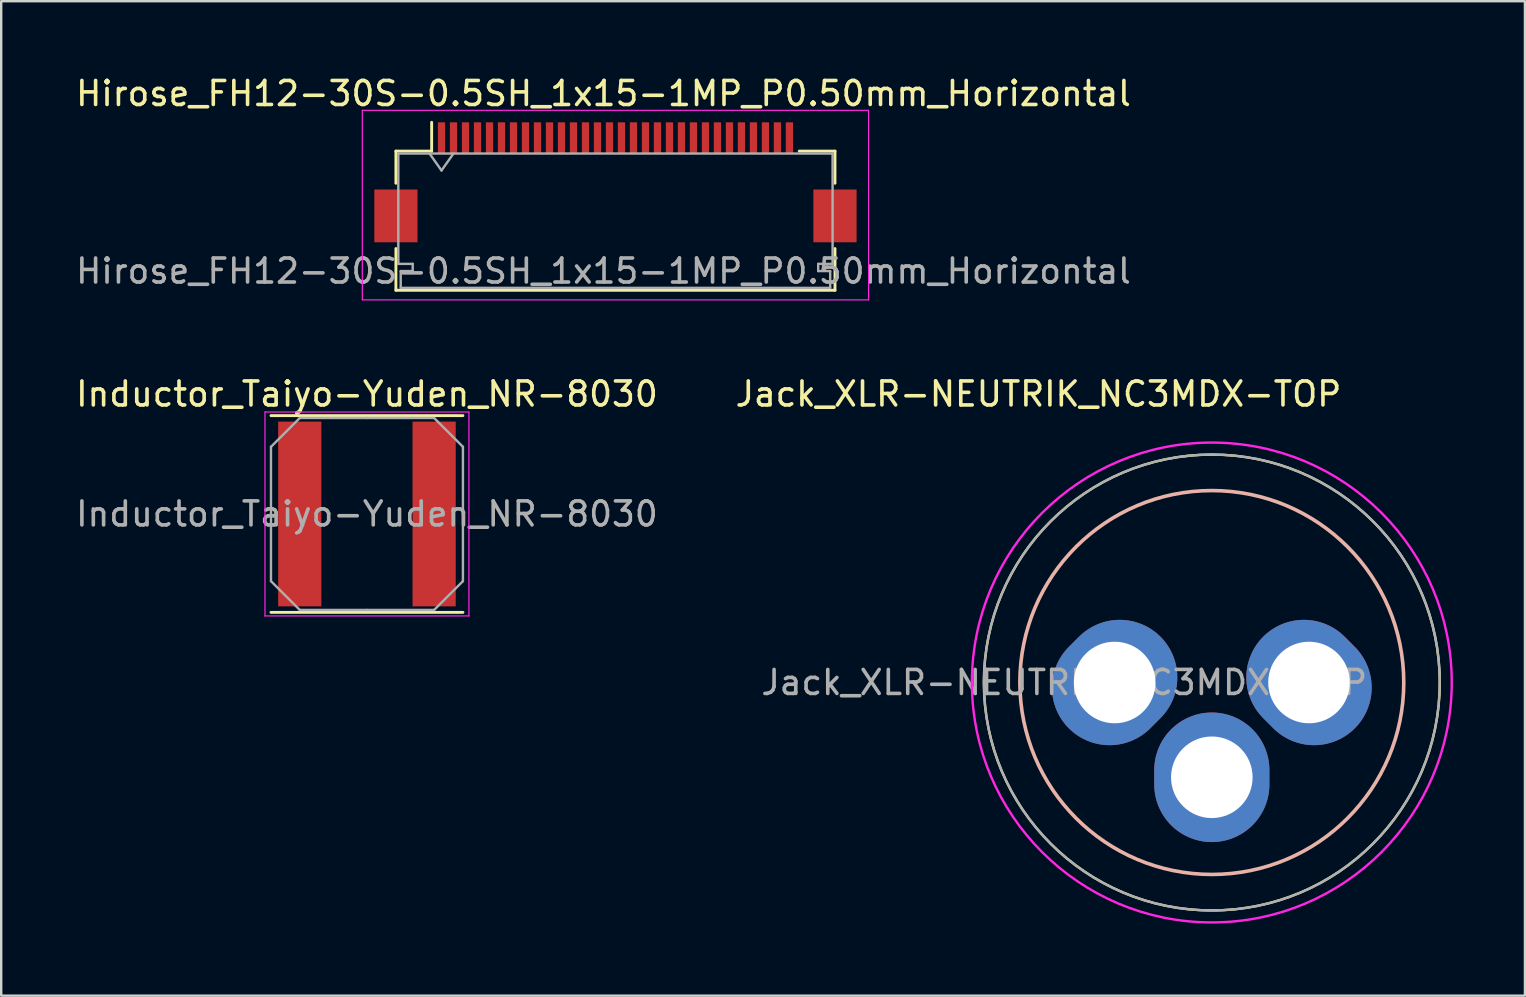
<source format=kicad_pcb>
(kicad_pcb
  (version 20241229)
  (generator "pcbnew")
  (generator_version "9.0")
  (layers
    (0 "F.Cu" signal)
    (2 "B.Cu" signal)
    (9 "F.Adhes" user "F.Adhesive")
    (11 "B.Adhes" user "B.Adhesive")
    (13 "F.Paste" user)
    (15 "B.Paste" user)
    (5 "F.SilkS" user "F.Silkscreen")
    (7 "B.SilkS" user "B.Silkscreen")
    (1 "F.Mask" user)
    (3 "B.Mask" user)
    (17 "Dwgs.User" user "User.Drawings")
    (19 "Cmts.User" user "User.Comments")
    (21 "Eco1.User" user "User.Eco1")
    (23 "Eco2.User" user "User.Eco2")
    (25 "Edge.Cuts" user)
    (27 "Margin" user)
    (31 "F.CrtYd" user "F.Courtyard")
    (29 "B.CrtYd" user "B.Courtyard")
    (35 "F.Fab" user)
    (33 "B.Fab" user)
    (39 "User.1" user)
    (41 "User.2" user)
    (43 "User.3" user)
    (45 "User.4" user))
  (footprint "Jack_XLR-NEUTRIK_NC3MDX-TOP"
    (layer "F.Cu")
    (at 47.457 25.396)
    (property "Reference" "Jack_XLR-NEUTRIK_NC3MDX-TOP" (at -7.225 -12.025 0) (layer "F.SilkS") (effects (font (size 1 1) (thickness 0.15))))
    (attr through_hole)
    (fp_circle (center 0 0) (end 9.5 0) (stroke (width 0.1) (type solid)) (fill no) (layer "F.SilkS"))
    (fp_circle (center 0 0) (end 8 0) (stroke (width 0.15) (type solid)) (fill no) (layer "B.SilkS"))
    (fp_circle (center 0 0) (end 10 0) (stroke (width 0.1) (type solid)) (fill no) (layer "F.CrtYd"))
    (fp_circle (center 0 0) (end 9.5 0) (stroke (width 0.1) (type solid)) (fill no) (layer "F.Fab"))
    (fp_text user "${REFERENCE}" (at -6.15 0 0) (layer "F.Fab") (effects (font (size 1 1) (thickness 0.15))))
    (pad "1" thru_hole oval (at -4.05 0 45) (size 5.4 4.8) (drill 3.4) (layers "*.Cu" "*.Mask"))
    (pad "2" thru_hole oval (at 4.05 0 315) (size 5.4 4.8) (drill 3.4) (layers "*.Cu" "*.Mask"))
    (pad "3" thru_hole oval (at 0 3.95) (size 4.8 5.4) (drill 3.4) (layers "*.Cu" "*.Mask")))
  (footprint "Hirose_FH12-30S-0.5SH_1x15-1MP_P0.50mm_Horizontal"
    (layer "F.Cu")
    (at 22.601 4.548)
    (property "Reference" "Hirose_FH12-30S-0.5SH_1x15-1MP_P0.50mm_Horizontal" (at -0.5 -3.7 0) (layer "F.SilkS") (effects (font (size 1 1) (thickness 0.15))))
    (attr smd)
    (fp_line (start -9.15 -1.3) (end -9.15 0.04) (stroke (width 0.12) (type solid)) (layer "F.SilkS"))
    (fp_line (start -9.15 2.76) (end -9.15 4.5) (stroke (width 0.12) (type solid)) (layer "F.SilkS"))
    (fp_line (start -9.15 4.5) (end 9.15 4.5) (stroke (width 0.12) (type solid)) (layer "F.SilkS"))
    (fp_line (start -7.66 -1.3) (end -9.15 -1.3) (stroke (width 0.12) (type solid)) (layer "F.SilkS"))
    (fp_line (start -7.66 -1.3) (end -7.66 -2.5) (stroke (width 0.12) (type solid)) (layer "F.SilkS"))
    (fp_line (start 7.66 -1.3) (end 9.15 -1.3) (stroke (width 0.12) (type solid)) (layer "F.SilkS"))
    (fp_line (start 9.15 -1.3) (end 9.15 0.04) (stroke (width 0.12) (type solid)) (layer "F.SilkS"))
    (fp_line (start 9.15 4.5) (end 9.15 2.76) (stroke (width 0.12) (type solid)) (layer "F.SilkS"))
    (fp_line (start -7.75 -0.1) (end -7.75 4.9) (stroke (width 0.15) (type solid)) (layer "Eco1.User"))
    (fp_line (start -7.75 -0.1) (end 7.75 -0.1) (stroke (width 0.15) (type solid)) (layer "Eco1.User"))
    (fp_line (start 7.75 -0.1) (end 7.75 4.9) (stroke (width 0.15) (type solid)) (layer "Eco1.User"))
    (fp_line (start -10.55 -3) (end -10.55 4.9) (stroke (width 0.05) (type solid)) (layer "F.CrtYd"))
    (fp_line (start -10.55 4.9) (end 10.55 4.9) (stroke (width 0.05) (type solid)) (layer "F.CrtYd"))
    (fp_line (start 10.55 -3) (end -10.55 -3) (stroke (width 0.05) (type solid)) (layer "F.CrtYd"))
    (fp_line (start 10.55 4.9) (end 10.55 -3) (stroke (width 0.05) (type solid)) (layer "F.CrtYd"))
    (fp_line (start -9.05 -1.2) (end -9.05 3.4) (stroke (width 0.1) (type solid)) (layer "F.Fab"))
    (fp_line (start -9.05 -1.2) (end 9.05 -1.2) (stroke (width 0.1) (type solid)) (layer "F.Fab"))
    (fp_line (start -9.05 3.4) (end -8.45 3.4) (stroke (width 0.1) (type solid)) (layer "F.Fab"))
    (fp_line (start -8.95 3.7) (end -8.95 4.4) (stroke (width 0.1) (type solid)) (layer "F.Fab"))
    (fp_line (start -8.45 3.4) (end -8.45 3.7) (stroke (width 0.1) (type solid)) (layer "F.Fab"))
    (fp_line (start -8.45 3.7) (end -8.95 3.7) (stroke (width 0.1) (type solid)) (layer "F.Fab"))
    (fp_line (start -7.75 -1.2) (end -7.25 -0.493) (stroke (width 0.1) (type solid)) (layer "F.Fab"))
    (fp_line (start -7.25 -0.493) (end -6.75 -1.2) (stroke (width 0.1) (type solid)) (layer "F.Fab"))
    (fp_line (start 8.45 3.4) (end 8.45 3.7) (stroke (width 0.1) (type solid)) (layer "F.Fab"))
    (fp_line (start 8.45 3.7) (end 8.95 3.7) (stroke (width 0.1) (type solid)) (layer "F.Fab"))
    (fp_line (start 8.95 3.7) (end 8.95 4.4) (stroke (width 0.1) (type solid)) (layer "F.Fab"))
    (fp_line (start 8.95 4.4) (end -8.95 4.4) (stroke (width 0.1) (type solid)) (layer "F.Fab"))
    (fp_line (start 9.05 -1.2) (end 9.05 3.4) (stroke (width 0.1) (type solid)) (layer "F.Fab"))
    (fp_line (start 9.05 3.4) (end 8.45 3.4) (stroke (width 0.1) (type solid)) (layer "F.Fab"))
    (fp_text user "${REFERENCE}" (at -0.5 3.7 0) (layer "F.Fab") (effects (font (size 1 1) (thickness 0.15))))
    (pad "1" smd rect (at -7.25 -1.85) (size 0.3 1.3) (layers "F.Cu" "F.Mask" "F.Paste"))
    (pad "2" smd rect (at -6.75 -1.85) (size 0.3 1.3) (layers "F.Cu" "F.Mask" "F.Paste"))
    (pad "3" smd rect (at -6.25 -1.85) (size 0.3 1.3) (layers "F.Cu" "F.Mask" "F.Paste"))
    (pad "4" smd rect (at -5.75 -1.85) (size 0.3 1.3) (layers "F.Cu" "F.Mask" "F.Paste"))
    (pad "5" smd rect (at -5.25 -1.85) (size 0.3 1.3) (layers "F.Cu" "F.Mask" "F.Paste"))
    (pad "6" smd rect (at -4.75 -1.85) (size 0.3 1.3) (layers "F.Cu" "F.Mask" "F.Paste"))
    (pad "7" smd rect (at -4.25 -1.85) (size 0.3 1.3) (layers "F.Cu" "F.Mask" "F.Paste"))
    (pad "8" smd rect (at -3.75 -1.85) (size 0.3 1.3) (layers "F.Cu" "F.Mask" "F.Paste"))
    (pad "9" smd rect (at -3.25 -1.85) (size 0.3 1.3) (layers "F.Cu" "F.Mask" "F.Paste"))
    (pad "10" smd rect (at -2.75 -1.85) (size 0.3 1.3) (layers "F.Cu" "F.Mask" "F.Paste"))
    (pad "11" smd rect (at -2.25 -1.85) (size 0.3 1.3) (layers "F.Cu" "F.Mask" "F.Paste"))
    (pad "12" smd rect (at -1.75 -1.85) (size 0.3 1.3) (layers "F.Cu" "F.Mask" "F.Paste"))
    (pad "13" smd rect (at -1.25 -1.85) (size 0.3 1.3) (layers "F.Cu" "F.Mask" "F.Paste"))
    (pad "14" smd rect (at -0.75 -1.85) (size 0.3 1.3) (layers "F.Cu" "F.Mask" "F.Paste"))
    (pad "15" smd rect (at -0.25 -1.85) (size 0.3 1.3) (layers "F.Cu" "F.Mask" "F.Paste"))
    (pad "16" smd rect (at 0.25 -1.85) (size 0.3 1.3) (layers "F.Cu" "F.Mask" "F.Paste"))
    (pad "17" smd rect (at 0.75 -1.85) (size 0.3 1.3) (layers "F.Cu" "F.Mask" "F.Paste"))
    (pad "18" smd rect (at 1.25 -1.85) (size 0.3 1.3) (layers "F.Cu" "F.Mask" "F.Paste"))
    (pad "19" smd rect (at 1.75 -1.85) (size 0.3 1.3) (layers "F.Cu" "F.Mask" "F.Paste"))
    (pad "20" smd rect (at 2.25 -1.85) (size 0.3 1.3) (layers "F.Cu" "F.Mask" "F.Paste"))
    (pad "21" smd rect (at 2.75 -1.85) (size 0.3 1.3) (layers "F.Cu" "F.Mask" "F.Paste"))
    (pad "22" smd rect (at 3.25 -1.85) (size 0.3 1.3) (layers "F.Cu" "F.Mask" "F.Paste"))
    (pad "23" smd rect (at 3.75 -1.85) (size 0.3 1.3) (layers "F.Cu" "F.Mask" "F.Paste"))
    (pad "24" smd rect (at 4.25 -1.85) (size 0.3 1.3) (layers "F.Cu" "F.Mask" "F.Paste"))
    (pad "25" smd rect (at 4.75 -1.85) (size 0.3 1.3) (layers "F.Cu" "F.Mask" "F.Paste"))
    (pad "26" smd rect (at 5.25 -1.85) (size 0.3 1.3) (layers "F.Cu" "F.Mask" "F.Paste"))
    (pad "27" smd rect (at 5.75 -1.85) (size 0.3 1.3) (layers "F.Cu" "F.Mask" "F.Paste"))
    (pad "28" smd rect (at 6.25 -1.85) (size 0.3 1.3) (layers "F.Cu" "F.Mask" "F.Paste"))
    (pad "29" smd rect (at 6.75 -1.85) (size 0.3 1.3) (layers "F.Cu" "F.Mask" "F.Paste"))
    (pad "30" smd rect (at 7.25 -1.85) (size 0.3 1.3) (layers "F.Cu" "F.Mask" "F.Paste"))
    (pad "MP" smd rect (at -9.15 1.4) (size 1.8 2.2) (layers "F.Cu" "F.Mask" "F.Paste"))
    (pad "MP" smd rect (at 9.15 1.4) (size 1.8 2.2) (layers "F.Cu" "F.Mask" "F.Paste")))
  (footprint "Inductor_Taiyo-Yuden_NR-8030"
    (layer "F.Cu")
    (at 12.244 18.372)
    (property "Reference" "Inductor_Taiyo-Yuden_NR-8030" (at 0 -5 0) (layer "F.SilkS") (effects (font (size 1 1) (thickness 0.15))))
    (attr smd)
    (fp_line (start -4 -4.1) (end 4 -4.1) (stroke (width 0.12) (type solid)) (layer "F.SilkS"))
    (fp_line (start -4 4.1) (end 4 4.1) (stroke (width 0.12) (type solid)) (layer "F.SilkS"))
    (fp_line (start -4.25 -4.25) (end -4.25 4.25) (stroke (width 0.05) (type solid)) (layer "F.CrtYd"))
    (fp_line (start -4.25 4.25) (end 4.25 4.25) (stroke (width 0.05) (type solid)) (layer "F.CrtYd"))
    (fp_line (start 4.25 -4.25) (end -4.25 -4.25) (stroke (width 0.05) (type solid)) (layer "F.CrtYd"))
    (fp_line (start 4.25 4.25) (end 4.25 -4.25) (stroke (width 0.05) (type solid)) (layer "F.CrtYd"))
    (fp_line (start -4 -2.8) (end -2.8 -4) (stroke (width 0.1) (type solid)) (layer "F.Fab"))
    (fp_line (start -4 0) (end -4 -2.8) (stroke (width 0.1) (type solid)) (layer "F.Fab"))
    (fp_line (start -4 0) (end -4 2.8) (stroke (width 0.1) (type solid)) (layer "F.Fab"))
    (fp_line (start -4 2.8) (end -2.8 4) (stroke (width 0.1) (type solid)) (layer "F.Fab"))
    (fp_line (start -2.8 -4) (end 0 -4) (stroke (width 0.1) (type solid)) (layer "F.Fab"))
    (fp_line (start -2.8 4) (end 0 4) (stroke (width 0.1) (type solid)) (layer "F.Fab"))
    (fp_line (start 2.8 -4) (end 0 -4) (stroke (width 0.1) (type solid)) (layer "F.Fab"))
    (fp_line (start 2.8 4) (end 0 4) (stroke (width 0.1) (type solid)) (layer "F.Fab"))
    (fp_line (start 4 -2.8) (end 2.8 -4) (stroke (width 0.1) (type solid)) (layer "F.Fab"))
    (fp_line (start 4 0) (end 4 -2.8) (stroke (width 0.1) (type solid)) (layer "F.Fab"))
    (fp_line (start 4 0) (end 4 2.8) (stroke (width 0.1) (type solid)) (layer "F.Fab"))
    (fp_line (start 4 2.8) (end 2.8 4) (stroke (width 0.1) (type solid)) (layer "F.Fab"))
    (fp_text user "${REFERENCE}" (at 0 0 0) (layer "F.Fab") (effects (font (size 1 1) (thickness 0.15))))
    (pad "1" smd rect (at -2.8 0) (size 1.8 7.7) (layers "F.Cu" "F.Mask" "F.Paste"))
    (pad "2" smd rect (at 2.8 0) (size 1.8 7.7) (layers "F.Cu" "F.Mask" "F.Paste")))
  (gr_rect
    (start -3 -3)
    (end 60.507 38.447)
    (stroke (width 0.1) (type default))
    (fill no)
    (layer "Edge.Cuts")))
</source>
